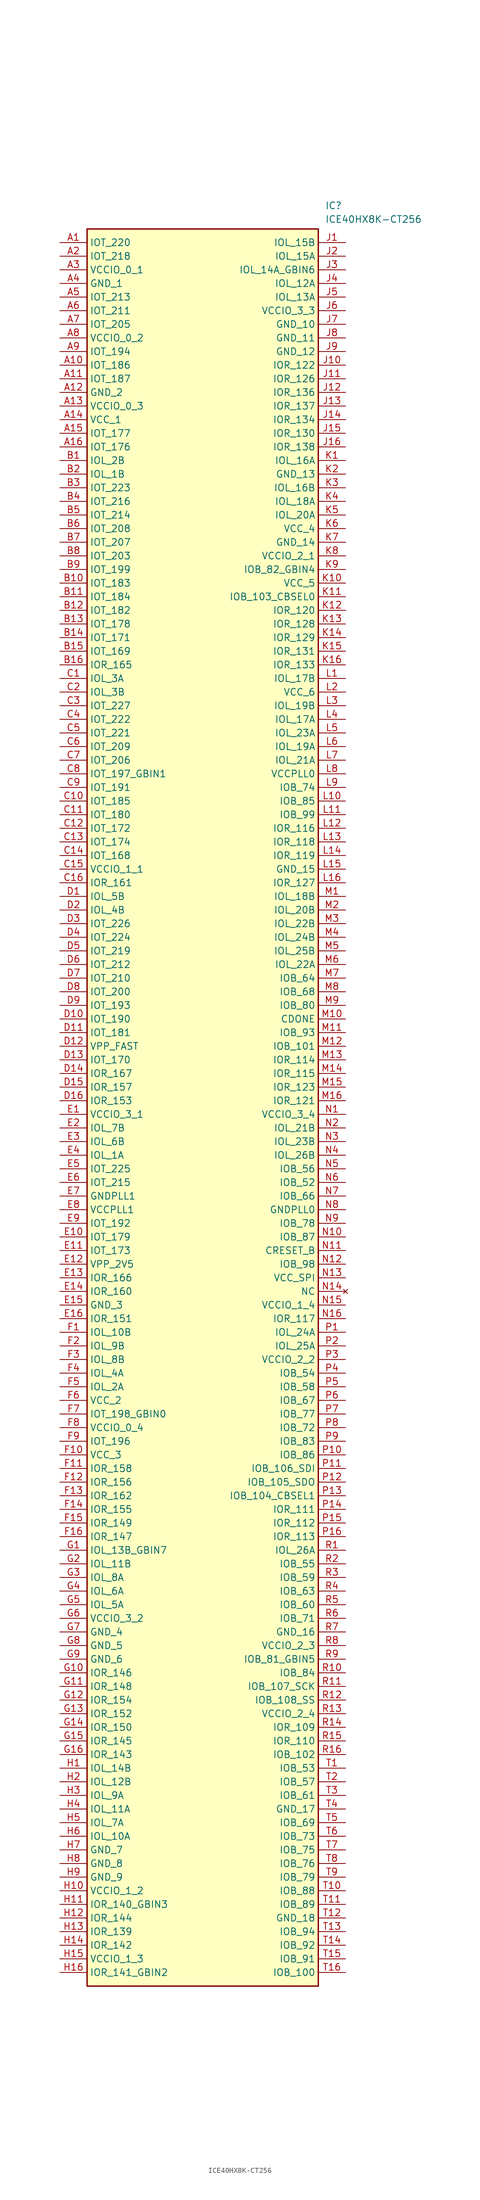
<source format=kicad_sym>
(kicad_symbol_lib
  (version 20211014)
  (generator SamacSys_ECAD_Model)
  (symbol "ICE40HX8K-CT256"
    (property "Reference" "IC"
      (at 49.53 7.62 0)
      (effects (font (size 1.27 1.27)) (justify left top)))
    (property "Value" "ICE40HX8K-CT256"
      (at 49.53 5.08 0)
      (effects (font (size 1.27 1.27)) (justify left top)))
    (rectangle
      (start 5.08 2.54)
      (end 48.26 -325.12)
      (stroke (width 0.254) (type default))
      (fill (type background)))
    (pin passive line
      (at 0 0 0)
      (length 5.08)
      (name "IOT_220" (effects (font (size 1.27 1.27))))
      (number "A1" (effects (font (size 1.27 1.27)))))
    (pin passive line
      (at 0 -2.54 0)
      (length 5.08)
      (name "IOT_218" (effects (font (size 1.27 1.27))))
      (number "A2" (effects (font (size 1.27 1.27)))))
    (pin passive line
      (at 0 -5.08 0)
      (length 5.08)
      (name "VCCIO_0_1" (effects (font (size 1.27 1.27))))
      (number "A3" (effects (font (size 1.27 1.27)))))
    (pin passive line
      (at 0 -7.62 0)
      (length 5.08)
      (name "GND_1" (effects (font (size 1.27 1.27))))
      (number "A4" (effects (font (size 1.27 1.27)))))
    (pin passive line
      (at 0 -10.16 0)
      (length 5.08)
      (name "IOT_213" (effects (font (size 1.27 1.27))))
      (number "A5" (effects (font (size 1.27 1.27)))))
    (pin passive line
      (at 0 -12.7 0)
      (length 5.08)
      (name "IOT_211" (effects (font (size 1.27 1.27))))
      (number "A6" (effects (font (size 1.27 1.27)))))
    (pin passive line
      (at 0 -15.24 0)
      (length 5.08)
      (name "IOT_205" (effects (font (size 1.27 1.27))))
      (number "A7" (effects (font (size 1.27 1.27)))))
    (pin passive line
      (at 0 -17.78 0)
      (length 5.08)
      (name "VCCIO_0_2" (effects (font (size 1.27 1.27))))
      (number "A8" (effects (font (size 1.27 1.27)))))
    (pin passive line
      (at 0 -20.32 0)
      (length 5.08)
      (name "IOT_194" (effects (font (size 1.27 1.27))))
      (number "A9" (effects (font (size 1.27 1.27)))))
    (pin passive line
      (at 0 -22.86 0)
      (length 5.08)
      (name "IOT_186" (effects (font (size 1.27 1.27))))
      (number "A10" (effects (font (size 1.27 1.27)))))
    (pin passive line
      (at 0 -25.4 0)
      (length 5.08)
      (name "IOT_187" (effects (font (size 1.27 1.27))))
      (number "A11" (effects (font (size 1.27 1.27)))))
    (pin passive line
      (at 0 -27.94 0)
      (length 5.08)
      (name "GND_2" (effects (font (size 1.27 1.27))))
      (number "A12" (effects (font (size 1.27 1.27)))))
    (pin passive line
      (at 0 -30.48 0)
      (length 5.08)
      (name "VCCIO_0_3" (effects (font (size 1.27 1.27))))
      (number "A13" (effects (font (size 1.27 1.27)))))
    (pin passive line
      (at 0 -33.02 0)
      (length 5.08)
      (name "VCC_1" (effects (font (size 1.27 1.27))))
      (number "A14" (effects (font (size 1.27 1.27)))))
    (pin passive line
      (at 0 -35.56 0)
      (length 5.08)
      (name "IOT_177" (effects (font (size 1.27 1.27))))
      (number "A15" (effects (font (size 1.27 1.27)))))
    (pin passive line
      (at 0 -38.1 0)
      (length 5.08)
      (name "IOT_176" (effects (font (size 1.27 1.27))))
      (number "A16" (effects (font (size 1.27 1.27)))))
    (pin passive line
      (at 0 -40.64 0)
      (length 5.08)
      (name "IOL_2B" (effects (font (size 1.27 1.27))))
      (number "B1" (effects (font (size 1.27 1.27)))))
    (pin passive line
      (at 0 -43.18 0)
      (length 5.08)
      (name "IOL_1B" (effects (font (size 1.27 1.27))))
      (number "B2" (effects (font (size 1.27 1.27)))))
    (pin passive line
      (at 0 -45.72 0)
      (length 5.08)
      (name "IOT_223" (effects (font (size 1.27 1.27))))
      (number "B3" (effects (font (size 1.27 1.27)))))
    (pin passive line
      (at 0 -48.26 0)
      (length 5.08)
      (name "IOT_216" (effects (font (size 1.27 1.27))))
      (number "B4" (effects (font (size 1.27 1.27)))))
    (pin passive line
      (at 0 -50.8 0)
      (length 5.08)
      (name "IOT_214" (effects (font (size 1.27 1.27))))
      (number "B5" (effects (font (size 1.27 1.27)))))
    (pin passive line
      (at 0 -53.34 0)
      (length 5.08)
      (name "IOT_208" (effects (font (size 1.27 1.27))))
      (number "B6" (effects (font (size 1.27 1.27)))))
    (pin passive line
      (at 0 -55.88 0)
      (length 5.08)
      (name "IOT_207" (effects (font (size 1.27 1.27))))
      (number "B7" (effects (font (size 1.27 1.27)))))
    (pin passive line
      (at 0 -58.42 0)
      (length 5.08)
      (name "IOT_203" (effects (font (size 1.27 1.27))))
      (number "B8" (effects (font (size 1.27 1.27)))))
    (pin passive line
      (at 0 -60.96 0)
      (length 5.08)
      (name "IOT_199" (effects (font (size 1.27 1.27))))
      (number "B9" (effects (font (size 1.27 1.27)))))
    (pin passive line
      (at 0 -63.5 0)
      (length 5.08)
      (name "IOT_183" (effects (font (size 1.27 1.27))))
      (number "B10" (effects (font (size 1.27 1.27)))))
    (pin passive line
      (at 0 -66.04 0)
      (length 5.08)
      (name "IOT_184" (effects (font (size 1.27 1.27))))
      (number "B11" (effects (font (size 1.27 1.27)))))
    (pin passive line
      (at 0 -68.58 0)
      (length 5.08)
      (name "IOT_182" (effects (font (size 1.27 1.27))))
      (number "B12" (effects (font (size 1.27 1.27)))))
    (pin passive line
      (at 0 -71.12 0)
      (length 5.08)
      (name "IOT_178" (effects (font (size 1.27 1.27))))
      (number "B13" (effects (font (size 1.27 1.27)))))
    (pin passive line
      (at 0 -73.66 0)
      (length 5.08)
      (name "IOT_171" (effects (font (size 1.27 1.27))))
      (number "B14" (effects (font (size 1.27 1.27)))))
    (pin passive line
      (at 0 -76.2 0)
      (length 5.08)
      (name "IOT_169" (effects (font (size 1.27 1.27))))
      (number "B15" (effects (font (size 1.27 1.27)))))
    (pin passive line
      (at 0 -78.74 0)
      (length 5.08)
      (name "IOR_165" (effects (font (size 1.27 1.27))))
      (number "B16" (effects (font (size 1.27 1.27)))))
    (pin passive line
      (at 0 -81.28 0)
      (length 5.08)
      (name "IOL_3A" (effects (font (size 1.27 1.27))))
      (number "C1" (effects (font (size 1.27 1.27)))))
    (pin passive line
      (at 0 -83.82 0)
      (length 5.08)
      (name "IOL_3B" (effects (font (size 1.27 1.27))))
      (number "C2" (effects (font (size 1.27 1.27)))))
    (pin passive line
      (at 0 -86.36 0)
      (length 5.08)
      (name "IOT_227" (effects (font (size 1.27 1.27))))
      (number "C3" (effects (font (size 1.27 1.27)))))
    (pin passive line
      (at 0 -88.9 0)
      (length 5.08)
      (name "IOT_222" (effects (font (size 1.27 1.27))))
      (number "C4" (effects (font (size 1.27 1.27)))))
    (pin passive line
      (at 0 -91.44 0)
      (length 5.08)
      (name "IOT_221" (effects (font (size 1.27 1.27))))
      (number "C5" (effects (font (size 1.27 1.27)))))
    (pin passive line
      (at 0 -93.98 0)
      (length 5.08)
      (name "IOT_209" (effects (font (size 1.27 1.27))))
      (number "C6" (effects (font (size 1.27 1.27)))))
    (pin passive line
      (at 0 -96.52 0)
      (length 5.08)
      (name "IOT_206" (effects (font (size 1.27 1.27))))
      (number "C7" (effects (font (size 1.27 1.27)))))
    (pin passive line
      (at 0 -99.06 0)
      (length 5.08)
      (name "IOT_197_GBIN1" (effects (font (size 1.27 1.27))))
      (number "C8" (effects (font (size 1.27 1.27)))))
    (pin passive line
      (at 0 -101.6 0)
      (length 5.08)
      (name "IOT_191" (effects (font (size 1.27 1.27))))
      (number "C9" (effects (font (size 1.27 1.27)))))
    (pin passive line
      (at 0 -104.14 0)
      (length 5.08)
      (name "IOT_185" (effects (font (size 1.27 1.27))))
      (number "C10" (effects (font (size 1.27 1.27)))))
    (pin passive line
      (at 0 -106.68 0)
      (length 5.08)
      (name "IOT_180" (effects (font (size 1.27 1.27))))
      (number "C11" (effects (font (size 1.27 1.27)))))
    (pin passive line
      (at 0 -109.22 0)
      (length 5.08)
      (name "IOT_172" (effects (font (size 1.27 1.27))))
      (number "C12" (effects (font (size 1.27 1.27)))))
    (pin passive line
      (at 0 -111.76 0)
      (length 5.08)
      (name "IOT_174" (effects (font (size 1.27 1.27))))
      (number "C13" (effects (font (size 1.27 1.27)))))
    (pin passive line
      (at 0 -114.3 0)
      (length 5.08)
      (name "IOT_168" (effects (font (size 1.27 1.27))))
      (number "C14" (effects (font (size 1.27 1.27)))))
    (pin passive line
      (at 0 -116.84 0)
      (length 5.08)
      (name "VCCIO_1_1" (effects (font (size 1.27 1.27))))
      (number "C15" (effects (font (size 1.27 1.27)))))
    (pin passive line
      (at 0 -119.38 0)
      (length 5.08)
      (name "IOR_161" (effects (font (size 1.27 1.27))))
      (number "C16" (effects (font (size 1.27 1.27)))))
    (pin passive line
      (at 0 -121.92 0)
      (length 5.08)
      (name "IOL_5B" (effects (font (size 1.27 1.27))))
      (number "D1" (effects (font (size 1.27 1.27)))))
    (pin passive line
      (at 0 -124.46 0)
      (length 5.08)
      (name "IOL_4B" (effects (font (size 1.27 1.27))))
      (number "D2" (effects (font (size 1.27 1.27)))))
    (pin passive line
      (at 0 -127 0)
      (length 5.08)
      (name "IOT_226" (effects (font (size 1.27 1.27))))
      (number "D3" (effects (font (size 1.27 1.27)))))
    (pin passive line
      (at 0 -129.54 0)
      (length 5.08)
      (name "IOT_224" (effects (font (size 1.27 1.27))))
      (number "D4" (effects (font (size 1.27 1.27)))))
    (pin passive line
      (at 0 -132.08 0)
      (length 5.08)
      (name "IOT_219" (effects (font (size 1.27 1.27))))
      (number "D5" (effects (font (size 1.27 1.27)))))
    (pin passive line
      (at 0 -134.62 0)
      (length 5.08)
      (name "IOT_212" (effects (font (size 1.27 1.27))))
      (number "D6" (effects (font (size 1.27 1.27)))))
    (pin passive line
      (at 0 -137.16 0)
      (length 5.08)
      (name "IOT_210" (effects (font (size 1.27 1.27))))
      (number "D7" (effects (font (size 1.27 1.27)))))
    (pin passive line
      (at 0 -139.7 0)
      (length 5.08)
      (name "IOT_200" (effects (font (size 1.27 1.27))))
      (number "D8" (effects (font (size 1.27 1.27)))))
    (pin passive line
      (at 0 -142.24 0)
      (length 5.08)
      (name "IOT_193" (effects (font (size 1.27 1.27))))
      (number "D9" (effects (font (size 1.27 1.27)))))
    (pin passive line
      (at 0 -144.78 0)
      (length 5.08)
      (name "IOT_190" (effects (font (size 1.27 1.27))))
      (number "D10" (effects (font (size 1.27 1.27)))))
    (pin passive line
      (at 0 -147.32 0)
      (length 5.08)
      (name "IOT_181" (effects (font (size 1.27 1.27))))
      (number "D11" (effects (font (size 1.27 1.27)))))
    (pin passive line
      (at 0 -149.86 0)
      (length 5.08)
      (name "VPP_FAST" (effects (font (size 1.27 1.27))))
      (number "D12" (effects (font (size 1.27 1.27)))))
    (pin passive line
      (at 0 -152.4 0)
      (length 5.08)
      (name "IOT_170" (effects (font (size 1.27 1.27))))
      (number "D13" (effects (font (size 1.27 1.27)))))
    (pin passive line
      (at 0 -154.94 0)
      (length 5.08)
      (name "IOR_167" (effects (font (size 1.27 1.27))))
      (number "D14" (effects (font (size 1.27 1.27)))))
    (pin passive line
      (at 0 -157.48 0)
      (length 5.08)
      (name "IOR_157" (effects (font (size 1.27 1.27))))
      (number "D15" (effects (font (size 1.27 1.27)))))
    (pin passive line
      (at 0 -160.02 0)
      (length 5.08)
      (name "IOR_153" (effects (font (size 1.27 1.27))))
      (number "D16" (effects (font (size 1.27 1.27)))))
    (pin passive line
      (at 0 -162.56 0)
      (length 5.08)
      (name "VCCIO_3_1" (effects (font (size 1.27 1.27))))
      (number "E1" (effects (font (size 1.27 1.27)))))
    (pin passive line
      (at 0 -165.1 0)
      (length 5.08)
      (name "IOL_7B" (effects (font (size 1.27 1.27))))
      (number "E2" (effects (font (size 1.27 1.27)))))
    (pin passive line
      (at 0 -167.64 0)
      (length 5.08)
      (name "IOL_6B" (effects (font (size 1.27 1.27))))
      (number "E3" (effects (font (size 1.27 1.27)))))
    (pin passive line
      (at 0 -170.18 0)
      (length 5.08)
      (name "IOL_1A" (effects (font (size 1.27 1.27))))
      (number "E4" (effects (font (size 1.27 1.27)))))
    (pin passive line
      (at 0 -172.72 0)
      (length 5.08)
      (name "IOT_225" (effects (font (size 1.27 1.27))))
      (number "E5" (effects (font (size 1.27 1.27)))))
    (pin passive line
      (at 0 -175.26 0)
      (length 5.08)
      (name "IOT_215" (effects (font (size 1.27 1.27))))
      (number "E6" (effects (font (size 1.27 1.27)))))
    (pin passive line
      (at 0 -177.8 0)
      (length 5.08)
      (name "GNDPLL1" (effects (font (size 1.27 1.27))))
      (number "E7" (effects (font (size 1.27 1.27)))))
    (pin passive line
      (at 0 -180.34 0)
      (length 5.08)
      (name "VCCPLL1" (effects (font (size 1.27 1.27))))
      (number "E8" (effects (font (size 1.27 1.27)))))
    (pin passive line
      (at 0 -182.88 0)
      (length 5.08)
      (name "IOT_192" (effects (font (size 1.27 1.27))))
      (number "E9" (effects (font (size 1.27 1.27)))))
    (pin passive line
      (at 0 -185.42 0)
      (length 5.08)
      (name "IOT_179" (effects (font (size 1.27 1.27))))
      (number "E10" (effects (font (size 1.27 1.27)))))
    (pin passive line
      (at 0 -187.96 0)
      (length 5.08)
      (name "IOT_173" (effects (font (size 1.27 1.27))))
      (number "E11" (effects (font (size 1.27 1.27)))))
    (pin passive line
      (at 0 -190.5 0)
      (length 5.08)
      (name "VPP_2V5" (effects (font (size 1.27 1.27))))
      (number "E12" (effects (font (size 1.27 1.27)))))
    (pin passive line
      (at 0 -193.04 0)
      (length 5.08)
      (name "IOR_166" (effects (font (size 1.27 1.27))))
      (number "E13" (effects (font (size 1.27 1.27)))))
    (pin passive line
      (at 0 -195.58 0)
      (length 5.08)
      (name "IOR_160" (effects (font (size 1.27 1.27))))
      (number "E14" (effects (font (size 1.27 1.27)))))
    (pin passive line
      (at 0 -198.12 0)
      (length 5.08)
      (name "GND_3" (effects (font (size 1.27 1.27))))
      (number "E15" (effects (font (size 1.27 1.27)))))
    (pin passive line
      (at 0 -200.66 0)
      (length 5.08)
      (name "IOR_151" (effects (font (size 1.27 1.27))))
      (number "E16" (effects (font (size 1.27 1.27)))))
    (pin passive line
      (at 0 -203.2 0)
      (length 5.08)
      (name "IOL_10B" (effects (font (size 1.27 1.27))))
      (number "F1" (effects (font (size 1.27 1.27)))))
    (pin passive line
      (at 0 -205.74 0)
      (length 5.08)
      (name "IOL_9B" (effects (font (size 1.27 1.27))))
      (number "F2" (effects (font (size 1.27 1.27)))))
    (pin passive line
      (at 0 -208.28 0)
      (length 5.08)
      (name "IOL_8B" (effects (font (size 1.27 1.27))))
      (number "F3" (effects (font (size 1.27 1.27)))))
    (pin passive line
      (at 0 -210.82 0)
      (length 5.08)
      (name "IOL_4A" (effects (font (size 1.27 1.27))))
      (number "F4" (effects (font (size 1.27 1.27)))))
    (pin passive line
      (at 0 -213.36 0)
      (length 5.08)
      (name "IOL_2A" (effects (font (size 1.27 1.27))))
      (number "F5" (effects (font (size 1.27 1.27)))))
    (pin passive line
      (at 0 -215.9 0)
      (length 5.08)
      (name "VCC_2" (effects (font (size 1.27 1.27))))
      (number "F6" (effects (font (size 1.27 1.27)))))
    (pin passive line
      (at 0 -218.44 0)
      (length 5.08)
      (name "IOT_198_GBIN0" (effects (font (size 1.27 1.27))))
      (number "F7" (effects (font (size 1.27 1.27)))))
    (pin passive line
      (at 0 -220.98 0)
      (length 5.08)
      (name "VCCIO_0_4" (effects (font (size 1.27 1.27))))
      (number "F8" (effects (font (size 1.27 1.27)))))
    (pin passive line
      (at 0 -223.52 0)
      (length 5.08)
      (name "IOT_196" (effects (font (size 1.27 1.27))))
      (number "F9" (effects (font (size 1.27 1.27)))))
    (pin passive line
      (at 0 -226.06 0)
      (length 5.08)
      (name "VCC_3" (effects (font (size 1.27 1.27))))
      (number "F10" (effects (font (size 1.27 1.27)))))
    (pin passive line
      (at 0 -228.6 0)
      (length 5.08)
      (name "IOR_158" (effects (font (size 1.27 1.27))))
      (number "F11" (effects (font (size 1.27 1.27)))))
    (pin passive line
      (at 0 -231.14 0)
      (length 5.08)
      (name "IOR_156" (effects (font (size 1.27 1.27))))
      (number "F12" (effects (font (size 1.27 1.27)))))
    (pin passive line
      (at 0 -233.68 0)
      (length 5.08)
      (name "IOR_162" (effects (font (size 1.27 1.27))))
      (number "F13" (effects (font (size 1.27 1.27)))))
    (pin passive line
      (at 0 -236.22 0)
      (length 5.08)
      (name "IOR_155" (effects (font (size 1.27 1.27))))
      (number "F14" (effects (font (size 1.27 1.27)))))
    (pin passive line
      (at 0 -238.76 0)
      (length 5.08)
      (name "IOR_149" (effects (font (size 1.27 1.27))))
      (number "F15" (effects (font (size 1.27 1.27)))))
    (pin passive line
      (at 0 -241.3 0)
      (length 5.08)
      (name "IOR_147" (effects (font (size 1.27 1.27))))
      (number "F16" (effects (font (size 1.27 1.27)))))
    (pin passive line
      (at 0 -243.84 0)
      (length 5.08)
      (name "IOL_13B_GBIN7" (effects (font (size 1.27 1.27))))
      (number "G1" (effects (font (size 1.27 1.27)))))
    (pin passive line
      (at 0 -246.38 0)
      (length 5.08)
      (name "IOL_11B" (effects (font (size 1.27 1.27))))
      (number "G2" (effects (font (size 1.27 1.27)))))
    (pin passive line
      (at 0 -248.92 0)
      (length 5.08)
      (name "IOL_8A" (effects (font (size 1.27 1.27))))
      (number "G3" (effects (font (size 1.27 1.27)))))
    (pin passive line
      (at 0 -251.46 0)
      (length 5.08)
      (name "IOL_6A" (effects (font (size 1.27 1.27))))
      (number "G4" (effects (font (size 1.27 1.27)))))
    (pin passive line
      (at 0 -254 0)
      (length 5.08)
      (name "IOL_5A" (effects (font (size 1.27 1.27))))
      (number "G5" (effects (font (size 1.27 1.27)))))
    (pin passive line
      (at 0 -256.54 0)
      (length 5.08)
      (name "VCCIO_3_2" (effects (font (size 1.27 1.27))))
      (number "G6" (effects (font (size 1.27 1.27)))))
    (pin passive line
      (at 0 -259.08 0)
      (length 5.08)
      (name "GND_4" (effects (font (size 1.27 1.27))))
      (number "G7" (effects (font (size 1.27 1.27)))))
    (pin passive line
      (at 0 -261.62 0)
      (length 5.08)
      (name "GND_5" (effects (font (size 1.27 1.27))))
      (number "G8" (effects (font (size 1.27 1.27)))))
    (pin passive line
      (at 0 -264.16 0)
      (length 5.08)
      (name "GND_6" (effects (font (size 1.27 1.27))))
      (number "G9" (effects (font (size 1.27 1.27)))))
    (pin passive line
      (at 0 -266.7 0)
      (length 5.08)
      (name "IOR_146" (effects (font (size 1.27 1.27))))
      (number "G10" (effects (font (size 1.27 1.27)))))
    (pin passive line
      (at 0 -269.24 0)
      (length 5.08)
      (name "IOR_148" (effects (font (size 1.27 1.27))))
      (number "G11" (effects (font (size 1.27 1.27)))))
    (pin passive line
      (at 0 -271.78 0)
      (length 5.08)
      (name "IOR_154" (effects (font (size 1.27 1.27))))
      (number "G12" (effects (font (size 1.27 1.27)))))
    (pin passive line
      (at 0 -274.32 0)
      (length 5.08)
      (name "IOR_152" (effects (font (size 1.27 1.27))))
      (number "G13" (effects (font (size 1.27 1.27)))))
    (pin passive line
      (at 0 -276.86 0)
      (length 5.08)
      (name "IOR_150" (effects (font (size 1.27 1.27))))
      (number "G14" (effects (font (size 1.27 1.27)))))
    (pin passive line
      (at 0 -279.4 0)
      (length 5.08)
      (name "IOR_145" (effects (font (size 1.27 1.27))))
      (number "G15" (effects (font (size 1.27 1.27)))))
    (pin passive line
      (at 0 -281.94 0)
      (length 5.08)
      (name "IOR_143" (effects (font (size 1.27 1.27))))
      (number "G16" (effects (font (size 1.27 1.27)))))
    (pin passive line
      (at 0 -284.48 0)
      (length 5.08)
      (name "IOL_14B" (effects (font (size 1.27 1.27))))
      (number "H1" (effects (font (size 1.27 1.27)))))
    (pin passive line
      (at 0 -287.02 0)
      (length 5.08)
      (name "IOL_12B" (effects (font (size 1.27 1.27))))
      (number "H2" (effects (font (size 1.27 1.27)))))
    (pin passive line
      (at 0 -289.56 0)
      (length 5.08)
      (name "IOL_9A" (effects (font (size 1.27 1.27))))
      (number "H3" (effects (font (size 1.27 1.27)))))
    (pin passive line
      (at 0 -292.1 0)
      (length 5.08)
      (name "IOL_11A" (effects (font (size 1.27 1.27))))
      (number "H4" (effects (font (size 1.27 1.27)))))
    (pin passive line
      (at 0 -294.64 0)
      (length 5.08)
      (name "IOL_7A" (effects (font (size 1.27 1.27))))
      (number "H5" (effects (font (size 1.27 1.27)))))
    (pin passive line
      (at 0 -297.18 0)
      (length 5.08)
      (name "IOL_10A" (effects (font (size 1.27 1.27))))
      (number "H6" (effects (font (size 1.27 1.27)))))
    (pin passive line
      (at 0 -299.72 0)
      (length 5.08)
      (name "GND_7" (effects (font (size 1.27 1.27))))
      (number "H7" (effects (font (size 1.27 1.27)))))
    (pin passive line
      (at 0 -302.26 0)
      (length 5.08)
      (name "GND_8" (effects (font (size 1.27 1.27))))
      (number "H8" (effects (font (size 1.27 1.27)))))
    (pin passive line
      (at 0 -304.8 0)
      (length 5.08)
      (name "GND_9" (effects (font (size 1.27 1.27))))
      (number "H9" (effects (font (size 1.27 1.27)))))
    (pin passive line
      (at 0 -307.34 0)
      (length 5.08)
      (name "VCCIO_1_2" (effects (font (size 1.27 1.27))))
      (number "H10" (effects (font (size 1.27 1.27)))))
    (pin passive line
      (at 0 -309.88 0)
      (length 5.08)
      (name "IOR_140_GBIN3" (effects (font (size 1.27 1.27))))
      (number "H11" (effects (font (size 1.27 1.27)))))
    (pin passive line
      (at 0 -312.42 0)
      (length 5.08)
      (name "IOR_144" (effects (font (size 1.27 1.27))))
      (number "H12" (effects (font (size 1.27 1.27)))))
    (pin passive line
      (at 0 -314.96 0)
      (length 5.08)
      (name "IOR_139" (effects (font (size 1.27 1.27))))
      (number "H13" (effects (font (size 1.27 1.27)))))
    (pin passive line
      (at 0 -317.5 0)
      (length 5.08)
      (name "IOR_142" (effects (font (size 1.27 1.27))))
      (number "H14" (effects (font (size 1.27 1.27)))))
    (pin passive line
      (at 0 -320.04 0)
      (length 5.08)
      (name "VCCIO_1_3" (effects (font (size 1.27 1.27))))
      (number "H15" (effects (font (size 1.27 1.27)))))
    (pin passive line
      (at 0 -322.58 0)
      (length 5.08)
      (name "IOR_141_GBIN2" (effects (font (size 1.27 1.27))))
      (number "H16" (effects (font (size 1.27 1.27)))))
    (pin passive line
      (at 53.34 0 180)
      (length 5.08)
      (name "IOL_15B" (effects (font (size 1.27 1.27))))
      (number "J1" (effects (font (size 1.27 1.27)))))
    (pin passive line
      (at 53.34 -2.54 180)
      (length 5.08)
      (name "IOL_15A" (effects (font (size 1.27 1.27))))
      (number "J2" (effects (font (size 1.27 1.27)))))
    (pin passive line
      (at 53.34 -5.08 180)
      (length 5.08)
      (name "IOL_14A_GBIN6" (effects (font (size 1.27 1.27))))
      (number "J3" (effects (font (size 1.27 1.27)))))
    (pin passive line
      (at 53.34 -7.62 180)
      (length 5.08)
      (name "IOL_12A" (effects (font (size 1.27 1.27))))
      (number "J4" (effects (font (size 1.27 1.27)))))
    (pin passive line
      (at 53.34 -10.16 180)
      (length 5.08)
      (name "IOL_13A" (effects (font (size 1.27 1.27))))
      (number "J5" (effects (font (size 1.27 1.27)))))
    (pin passive line
      (at 53.34 -12.7 180)
      (length 5.08)
      (name "VCCIO_3_3" (effects (font (size 1.27 1.27))))
      (number "J6" (effects (font (size 1.27 1.27)))))
    (pin passive line
      (at 53.34 -15.24 180)
      (length 5.08)
      (name "GND_10" (effects (font (size 1.27 1.27))))
      (number "J7" (effects (font (size 1.27 1.27)))))
    (pin passive line
      (at 53.34 -17.78 180)
      (length 5.08)
      (name "GND_11" (effects (font (size 1.27 1.27))))
      (number "J8" (effects (font (size 1.27 1.27)))))
    (pin passive line
      (at 53.34 -20.32 180)
      (length 5.08)
      (name "GND_12" (effects (font (size 1.27 1.27))))
      (number "J9" (effects (font (size 1.27 1.27)))))
    (pin passive line
      (at 53.34 -22.86 180)
      (length 5.08)
      (name "IOR_122" (effects (font (size 1.27 1.27))))
      (number "J10" (effects (font (size 1.27 1.27)))))
    (pin passive line
      (at 53.34 -25.4 180)
      (length 5.08)
      (name "IOR_126" (effects (font (size 1.27 1.27))))
      (number "J11" (effects (font (size 1.27 1.27)))))
    (pin passive line
      (at 53.34 -27.94 180)
      (length 5.08)
      (name "IOR_136" (effects (font (size 1.27 1.27))))
      (number "J12" (effects (font (size 1.27 1.27)))))
    (pin passive line
      (at 53.34 -30.48 180)
      (length 5.08)
      (name "IOR_137" (effects (font (size 1.27 1.27))))
      (number "J13" (effects (font (size 1.27 1.27)))))
    (pin passive line
      (at 53.34 -33.02 180)
      (length 5.08)
      (name "IOR_134" (effects (font (size 1.27 1.27))))
      (number "J14" (effects (font (size 1.27 1.27)))))
    (pin passive line
      (at 53.34 -35.56 180)
      (length 5.08)
      (name "IOR_130" (effects (font (size 1.27 1.27))))
      (number "J15" (effects (font (size 1.27 1.27)))))
    (pin passive line
      (at 53.34 -38.1 180)
      (length 5.08)
      (name "IOR_138" (effects (font (size 1.27 1.27))))
      (number "J16" (effects (font (size 1.27 1.27)))))
    (pin passive line
      (at 53.34 -40.64 180)
      (length 5.08)
      (name "IOL_16A" (effects (font (size 1.27 1.27))))
      (number "K1" (effects (font (size 1.27 1.27)))))
    (pin passive line
      (at 53.34 -43.18 180)
      (length 5.08)
      (name "GND_13" (effects (font (size 1.27 1.27))))
      (number "K2" (effects (font (size 1.27 1.27)))))
    (pin passive line
      (at 53.34 -45.72 180)
      (length 5.08)
      (name "IOL_16B" (effects (font (size 1.27 1.27))))
      (number "K3" (effects (font (size 1.27 1.27)))))
    (pin passive line
      (at 53.34 -48.26 180)
      (length 5.08)
      (name "IOL_18A" (effects (font (size 1.27 1.27))))
      (number "K4" (effects (font (size 1.27 1.27)))))
    (pin passive line
      (at 53.34 -50.8 180)
      (length 5.08)
      (name "IOL_20A" (effects (font (size 1.27 1.27))))
      (number "K5" (effects (font (size 1.27 1.27)))))
    (pin passive line
      (at 53.34 -53.34 180)
      (length 5.08)
      (name "VCC_4" (effects (font (size 1.27 1.27))))
      (number "K6" (effects (font (size 1.27 1.27)))))
    (pin passive line
      (at 53.34 -55.88 180)
      (length 5.08)
      (name "GND_14" (effects (font (size 1.27 1.27))))
      (number "K7" (effects (font (size 1.27 1.27)))))
    (pin passive line
      (at 53.34 -58.42 180)
      (length 5.08)
      (name "VCCIO_2_1" (effects (font (size 1.27 1.27))))
      (number "K8" (effects (font (size 1.27 1.27)))))
    (pin passive line
      (at 53.34 -60.96 180)
      (length 5.08)
      (name "IOB_82_GBIN4" (effects (font (size 1.27 1.27))))
      (number "K9" (effects (font (size 1.27 1.27)))))
    (pin passive line
      (at 53.34 -63.5 180)
      (length 5.08)
      (name "VCC_5" (effects (font (size 1.27 1.27))))
      (number "K10" (effects (font (size 1.27 1.27)))))
    (pin passive line
      (at 53.34 -66.04 180)
      (length 5.08)
      (name "IOB_103_CBSEL0" (effects (font (size 1.27 1.27))))
      (number "K11" (effects (font (size 1.27 1.27)))))
    (pin passive line
      (at 53.34 -68.58 180)
      (length 5.08)
      (name "IOR_120" (effects (font (size 1.27 1.27))))
      (number "K12" (effects (font (size 1.27 1.27)))))
    (pin passive line
      (at 53.34 -71.12 180)
      (length 5.08)
      (name "IOR_128" (effects (font (size 1.27 1.27))))
      (number "K13" (effects (font (size 1.27 1.27)))))
    (pin passive line
      (at 53.34 -73.66 180)
      (length 5.08)
      (name "IOR_129" (effects (font (size 1.27 1.27))))
      (number "K14" (effects (font (size 1.27 1.27)))))
    (pin passive line
      (at 53.34 -76.2 180)
      (length 5.08)
      (name "IOR_131" (effects (font (size 1.27 1.27))))
      (number "K15" (effects (font (size 1.27 1.27)))))
    (pin passive line
      (at 53.34 -78.74 180)
      (length 5.08)
      (name "IOR_133" (effects (font (size 1.27 1.27))))
      (number "K16" (effects (font (size 1.27 1.27)))))
    (pin passive line
      (at 53.34 -81.28 180)
      (length 5.08)
      (name "IOL_17B" (effects (font (size 1.27 1.27))))
      (number "L1" (effects (font (size 1.27 1.27)))))
    (pin passive line
      (at 53.34 -83.82 180)
      (length 5.08)
      (name "VCC_6" (effects (font (size 1.27 1.27))))
      (number "L2" (effects (font (size 1.27 1.27)))))
    (pin passive line
      (at 53.34 -86.36 180)
      (length 5.08)
      (name "IOL_19B" (effects (font (size 1.27 1.27))))
      (number "L3" (effects (font (size 1.27 1.27)))))
    (pin passive line
      (at 53.34 -88.9 180)
      (length 5.08)
      (name "IOL_17A" (effects (font (size 1.27 1.27))))
      (number "L4" (effects (font (size 1.27 1.27)))))
    (pin passive line
      (at 53.34 -91.44 180)
      (length 5.08)
      (name "IOL_23A" (effects (font (size 1.27 1.27))))
      (number "L5" (effects (font (size 1.27 1.27)))))
    (pin passive line
      (at 53.34 -93.98 180)
      (length 5.08)
      (name "IOL_19A" (effects (font (size 1.27 1.27))))
      (number "L6" (effects (font (size 1.27 1.27)))))
    (pin passive line
      (at 53.34 -96.52 180)
      (length 5.08)
      (name "IOL_21A" (effects (font (size 1.27 1.27))))
      (number "L7" (effects (font (size 1.27 1.27)))))
    (pin passive line
      (at 53.34 -99.06 180)
      (length 5.08)
      (name "VCCPLL0" (effects (font (size 1.27 1.27))))
      (number "L8" (effects (font (size 1.27 1.27)))))
    (pin passive line
      (at 53.34 -101.6 180)
      (length 5.08)
      (name "IOB_74" (effects (font (size 1.27 1.27))))
      (number "L9" (effects (font (size 1.27 1.27)))))
    (pin passive line
      (at 53.34 -104.14 180)
      (length 5.08)
      (name "IOB_85" (effects (font (size 1.27 1.27))))
      (number "L10" (effects (font (size 1.27 1.27)))))
    (pin passive line
      (at 53.34 -106.68 180)
      (length 5.08)
      (name "IOB_99" (effects (font (size 1.27 1.27))))
      (number "L11" (effects (font (size 1.27 1.27)))))
    (pin passive line
      (at 53.34 -109.22 180)
      (length 5.08)
      (name "IOR_116" (effects (font (size 1.27 1.27))))
      (number "L12" (effects (font (size 1.27 1.27)))))
    (pin passive line
      (at 53.34 -111.76 180)
      (length 5.08)
      (name "IOR_118" (effects (font (size 1.27 1.27))))
      (number "L13" (effects (font (size 1.27 1.27)))))
    (pin passive line
      (at 53.34 -114.3 180)
      (length 5.08)
      (name "IOR_119" (effects (font (size 1.27 1.27))))
      (number "L14" (effects (font (size 1.27 1.27)))))
    (pin passive line
      (at 53.34 -116.84 180)
      (length 5.08)
      (name "GND_15" (effects (font (size 1.27 1.27))))
      (number "L15" (effects (font (size 1.27 1.27)))))
    (pin passive line
      (at 53.34 -119.38 180)
      (length 5.08)
      (name "IOR_127" (effects (font (size 1.27 1.27))))
      (number "L16" (effects (font (size 1.27 1.27)))))
    (pin passive line
      (at 53.34 -121.92 180)
      (length 5.08)
      (name "IOL_18B" (effects (font (size 1.27 1.27))))
      (number "M1" (effects (font (size 1.27 1.27)))))
    (pin passive line
      (at 53.34 -124.46 180)
      (length 5.08)
      (name "IOL_20B" (effects (font (size 1.27 1.27))))
      (number "M2" (effects (font (size 1.27 1.27)))))
    (pin passive line
      (at 53.34 -127 180)
      (length 5.08)
      (name "IOL_22B" (effects (font (size 1.27 1.27))))
      (number "M3" (effects (font (size 1.27 1.27)))))
    (pin passive line
      (at 53.34 -129.54 180)
      (length 5.08)
      (name "IOL_24B" (effects (font (size 1.27 1.27))))
      (number "M4" (effects (font (size 1.27 1.27)))))
    (pin passive line
      (at 53.34 -132.08 180)
      (length 5.08)
      (name "IOL_25B" (effects (font (size 1.27 1.27))))
      (number "M5" (effects (font (size 1.27 1.27)))))
    (pin passive line
      (at 53.34 -134.62 180)
      (length 5.08)
      (name "IOL_22A" (effects (font (size 1.27 1.27))))
      (number "M6" (effects (font (size 1.27 1.27)))))
    (pin passive line
      (at 53.34 -137.16 180)
      (length 5.08)
      (name "IOB_64" (effects (font (size 1.27 1.27))))
      (number "M7" (effects (font (size 1.27 1.27)))))
    (pin passive line
      (at 53.34 -139.7 180)
      (length 5.08)
      (name "IOB_68" (effects (font (size 1.27 1.27))))
      (number "M8" (effects (font (size 1.27 1.27)))))
    (pin passive line
      (at 53.34 -142.24 180)
      (length 5.08)
      (name "IOB_80" (effects (font (size 1.27 1.27))))
      (number "M9" (effects (font (size 1.27 1.27)))))
    (pin passive line
      (at 53.34 -144.78 180)
      (length 5.08)
      (name "CDONE" (effects (font (size 1.27 1.27))))
      (number "M10" (effects (font (size 1.27 1.27)))))
    (pin passive line
      (at 53.34 -147.32 180)
      (length 5.08)
      (name "IOB_93" (effects (font (size 1.27 1.27))))
      (number "M11" (effects (font (size 1.27 1.27)))))
    (pin passive line
      (at 53.34 -149.86 180)
      (length 5.08)
      (name "IOB_101" (effects (font (size 1.27 1.27))))
      (number "M12" (effects (font (size 1.27 1.27)))))
    (pin passive line
      (at 53.34 -152.4 180)
      (length 5.08)
      (name "IOR_114" (effects (font (size 1.27 1.27))))
      (number "M13" (effects (font (size 1.27 1.27)))))
    (pin passive line
      (at 53.34 -154.94 180)
      (length 5.08)
      (name "IOR_115" (effects (font (size 1.27 1.27))))
      (number "M14" (effects (font (size 1.27 1.27)))))
    (pin passive line
      (at 53.34 -157.48 180)
      (length 5.08)
      (name "IOR_123" (effects (font (size 1.27 1.27))))
      (number "M15" (effects (font (size 1.27 1.27)))))
    (pin passive line
      (at 53.34 -160.02 180)
      (length 5.08)
      (name "IOR_121" (effects (font (size 1.27 1.27))))
      (number "M16" (effects (font (size 1.27 1.27)))))
    (pin passive line
      (at 53.34 -162.56 180)
      (length 5.08)
      (name "VCCIO_3_4" (effects (font (size 1.27 1.27))))
      (number "N1" (effects (font (size 1.27 1.27)))))
    (pin passive line
      (at 53.34 -165.1 180)
      (length 5.08)
      (name "IOL_21B" (effects (font (size 1.27 1.27))))
      (number "N2" (effects (font (size 1.27 1.27)))))
    (pin passive line
      (at 53.34 -167.64 180)
      (length 5.08)
      (name "IOL_23B" (effects (font (size 1.27 1.27))))
      (number "N3" (effects (font (size 1.27 1.27)))))
    (pin passive line
      (at 53.34 -170.18 180)
      (length 5.08)
      (name "IOL_26B" (effects (font (size 1.27 1.27))))
      (number "N4" (effects (font (size 1.27 1.27)))))
    (pin passive line
      (at 53.34 -172.72 180)
      (length 5.08)
      (name "IOB_56" (effects (font (size 1.27 1.27))))
      (number "N5" (effects (font (size 1.27 1.27)))))
    (pin passive line
      (at 53.34 -175.26 180)
      (length 5.08)
      (name "IOB_52" (effects (font (size 1.27 1.27))))
      (number "N6" (effects (font (size 1.27 1.27)))))
    (pin passive line
      (at 53.34 -177.8 180)
      (length 5.08)
      (name "IOB_66" (effects (font (size 1.27 1.27))))
      (number "N7" (effects (font (size 1.27 1.27)))))
    (pin passive line
      (at 53.34 -180.34 180)
      (length 5.08)
      (name "GNDPLL0" (effects (font (size 1.27 1.27))))
      (number "N8" (effects (font (size 1.27 1.27)))))
    (pin passive line
      (at 53.34 -182.88 180)
      (length 5.08)
      (name "IOB_78" (effects (font (size 1.27 1.27))))
      (number "N9" (effects (font (size 1.27 1.27)))))
    (pin passive line
      (at 53.34 -185.42 180)
      (length 5.08)
      (name "IOB_87" (effects (font (size 1.27 1.27))))
      (number "N10" (effects (font (size 1.27 1.27)))))
    (pin passive line
      (at 53.34 -187.96 180)
      (length 5.08)
      (name "CRESET_B" (effects (font (size 1.27 1.27))))
      (number "N11" (effects (font (size 1.27 1.27)))))
    (pin passive line
      (at 53.34 -190.5 180)
      (length 5.08)
      (name "IOB_98" (effects (font (size 1.27 1.27))))
      (number "N12" (effects (font (size 1.27 1.27)))))
    (pin passive line
      (at 53.34 -193.04 180)
      (length 5.08)
      (name "VCC_SPI" (effects (font (size 1.27 1.27))))
      (number "N13" (effects (font (size 1.27 1.27)))))
    (pin no_connect line
      (at 53.34 -195.58 180)
      (length 5.08)
      (name "NC" (effects (font (size 1.27 1.27))))
      (number "N14" (effects (font (size 1.27 1.27)))))
    (pin passive line
      (at 53.34 -198.12 180)
      (length 5.08)
      (name "VCCIO_1_4" (effects (font (size 1.27 1.27))))
      (number "N15" (effects (font (size 1.27 1.27)))))
    (pin passive line
      (at 53.34 -200.66 180)
      (length 5.08)
      (name "IOR_117" (effects (font (size 1.27 1.27))))
      (number "N16" (effects (font (size 1.27 1.27)))))
    (pin passive line
      (at 53.34 -203.2 180)
      (length 5.08)
      (name "IOL_24A" (effects (font (size 1.27 1.27))))
      (number "P1" (effects (font (size 1.27 1.27)))))
    (pin passive line
      (at 53.34 -205.74 180)
      (length 5.08)
      (name "IOL_25A" (effects (font (size 1.27 1.27))))
      (number "P2" (effects (font (size 1.27 1.27)))))
    (pin passive line
      (at 53.34 -208.28 180)
      (length 5.08)
      (name "VCCIO_2_2" (effects (font (size 1.27 1.27))))
      (number "P3" (effects (font (size 1.27 1.27)))))
    (pin passive line
      (at 53.34 -210.82 180)
      (length 5.08)
      (name "IOB_54" (effects (font (size 1.27 1.27))))
      (number "P4" (effects (font (size 1.27 1.27)))))
    (pin passive line
      (at 53.34 -213.36 180)
      (length 5.08)
      (name "IOB_58" (effects (font (size 1.27 1.27))))
      (number "P5" (effects (font (size 1.27 1.27)))))
    (pin passive line
      (at 53.34 -215.9 180)
      (length 5.08)
      (name "IOB_67" (effects (font (size 1.27 1.27))))
      (number "P6" (effects (font (size 1.27 1.27)))))
    (pin passive line
      (at 53.34 -218.44 180)
      (length 5.08)
      (name "IOB_77" (effects (font (size 1.27 1.27))))
      (number "P7" (effects (font (size 1.27 1.27)))))
    (pin passive line
      (at 53.34 -220.98 180)
      (length 5.08)
      (name "IOB_72" (effects (font (size 1.27 1.27))))
      (number "P8" (effects (font (size 1.27 1.27)))))
    (pin passive line
      (at 53.34 -223.52 180)
      (length 5.08)
      (name "IOB_83" (effects (font (size 1.27 1.27))))
      (number "P9" (effects (font (size 1.27 1.27)))))
    (pin passive line
      (at 53.34 -226.06 180)
      (length 5.08)
      (name "IOB_86" (effects (font (size 1.27 1.27))))
      (number "P10" (effects (font (size 1.27 1.27)))))
    (pin passive line
      (at 53.34 -228.6 180)
      (length 5.08)
      (name "IOB_106_SDI" (effects (font (size 1.27 1.27))))
      (number "P11" (effects (font (size 1.27 1.27)))))
    (pin passive line
      (at 53.34 -231.14 180)
      (length 5.08)
      (name "IOB_105_SDO" (effects (font (size 1.27 1.27))))
      (number "P12" (effects (font (size 1.27 1.27)))))
    (pin passive line
      (at 53.34 -233.68 180)
      (length 5.08)
      (name "IOB_104_CBSEL1" (effects (font (size 1.27 1.27))))
      (number "P13" (effects (font (size 1.27 1.27)))))
    (pin passive line
      (at 53.34 -236.22 180)
      (length 5.08)
      (name "IOR_111" (effects (font (size 1.27 1.27))))
      (number "P14" (effects (font (size 1.27 1.27)))))
    (pin passive line
      (at 53.34 -238.76 180)
      (length 5.08)
      (name "IOR_112" (effects (font (size 1.27 1.27))))
      (number "P15" (effects (font (size 1.27 1.27)))))
    (pin passive line
      (at 53.34 -241.3 180)
      (length 5.08)
      (name "IOR_113" (effects (font (size 1.27 1.27))))
      (number "P16" (effects (font (size 1.27 1.27)))))
    (pin passive line
      (at 53.34 -243.84 180)
      (length 5.08)
      (name "IOL_26A" (effects (font (size 1.27 1.27))))
      (number "R1" (effects (font (size 1.27 1.27)))))
    (pin passive line
      (at 53.34 -246.38 180)
      (length 5.08)
      (name "IOB_55" (effects (font (size 1.27 1.27))))
      (number "R2" (effects (font (size 1.27 1.27)))))
    (pin passive line
      (at 53.34 -248.92 180)
      (length 5.08)
      (name "IOB_59" (effects (font (size 1.27 1.27))))
      (number "R3" (effects (font (size 1.27 1.27)))))
    (pin passive line
      (at 53.34 -251.46 180)
      (length 5.08)
      (name "IOB_63" (effects (font (size 1.27 1.27))))
      (number "R4" (effects (font (size 1.27 1.27)))))
    (pin passive line
      (at 53.34 -254 180)
      (length 5.08)
      (name "IOB_60" (effects (font (size 1.27 1.27))))
      (number "R5" (effects (font (size 1.27 1.27)))))
    (pin passive line
      (at 53.34 -256.54 180)
      (length 5.08)
      (name "IOB_71" (effects (font (size 1.27 1.27))))
      (number "R6" (effects (font (size 1.27 1.27)))))
    (pin passive line
      (at 53.34 -259.08 180)
      (length 5.08)
      (name "GND_16" (effects (font (size 1.27 1.27))))
      (number "R7" (effects (font (size 1.27 1.27)))))
    (pin passive line
      (at 53.34 -261.62 180)
      (length 5.08)
      (name "VCCIO_2_3" (effects (font (size 1.27 1.27))))
      (number "R8" (effects (font (size 1.27 1.27)))))
    (pin passive line
      (at 53.34 -264.16 180)
      (length 5.08)
      (name "IOB_81_GBIN5" (effects (font (size 1.27 1.27))))
      (number "R9" (effects (font (size 1.27 1.27)))))
    (pin passive line
      (at 53.34 -266.7 180)
      (length 5.08)
      (name "IOB_84" (effects (font (size 1.27 1.27))))
      (number "R10" (effects (font (size 1.27 1.27)))))
    (pin passive line
      (at 53.34 -269.24 180)
      (length 5.08)
      (name "IOB_107_SCK" (effects (font (size 1.27 1.27))))
      (number "R11" (effects (font (size 1.27 1.27)))))
    (pin passive line
      (at 53.34 -271.78 180)
      (length 5.08)
      (name "IOB_108_SS" (effects (font (size 1.27 1.27))))
      (number "R12" (effects (font (size 1.27 1.27)))))
    (pin passive line
      (at 53.34 -274.32 180)
      (length 5.08)
      (name "VCCIO_2_4" (effects (font (size 1.27 1.27))))
      (number "R13" (effects (font (size 1.27 1.27)))))
    (pin passive line
      (at 53.34 -276.86 180)
      (length 5.08)
      (name "IOR_109" (effects (font (size 1.27 1.27))))
      (number "R14" (effects (font (size 1.27 1.27)))))
    (pin passive line
      (at 53.34 -279.4 180)
      (length 5.08)
      (name "IOR_110" (effects (font (size 1.27 1.27))))
      (number "R15" (effects (font (size 1.27 1.27)))))
    (pin passive line
      (at 53.34 -281.94 180)
      (length 5.08)
      (name "IOB_102" (effects (font (size 1.27 1.27))))
      (number "R16" (effects (font (size 1.27 1.27)))))
    (pin passive line
      (at 53.34 -284.48 180)
      (length 5.08)
      (name "IOB_53" (effects (font (size 1.27 1.27))))
      (number "T1" (effects (font (size 1.27 1.27)))))
    (pin passive line
      (at 53.34 -287.02 180)
      (length 5.08)
      (name "IOB_57" (effects (font (size 1.27 1.27))))
      (number "T2" (effects (font (size 1.27 1.27)))))
    (pin passive line
      (at 53.34 -289.56 180)
      (length 5.08)
      (name "IOB_61" (effects (font (size 1.27 1.27))))
      (number "T3" (effects (font (size 1.27 1.27)))))
    (pin passive line
      (at 53.34 -292.1 180)
      (length 5.08)
      (name "GND_17" (effects (font (size 1.27 1.27))))
      (number "T4" (effects (font (size 1.27 1.27)))))
    (pin passive line
      (at 53.34 -294.64 180)
      (length 5.08)
      (name "IOB_69" (effects (font (size 1.27 1.27))))
      (number "T5" (effects (font (size 1.27 1.27)))))
    (pin passive line
      (at 53.34 -297.18 180)
      (length 5.08)
      (name "IOB_73" (effects (font (size 1.27 1.27))))
      (number "T6" (effects (font (size 1.27 1.27)))))
    (pin passive line
      (at 53.34 -299.72 180)
      (length 5.08)
      (name "IOB_75" (effects (font (size 1.27 1.27))))
      (number "T7" (effects (font (size 1.27 1.27)))))
    (pin passive line
      (at 53.34 -302.26 180)
      (length 5.08)
      (name "IOB_76" (effects (font (size 1.27 1.27))))
      (number "T8" (effects (font (size 1.27 1.27)))))
    (pin passive line
      (at 53.34 -304.8 180)
      (length 5.08)
      (name "IOB_79" (effects (font (size 1.27 1.27))))
      (number "T9" (effects (font (size 1.27 1.27)))))
    (pin passive line
      (at 53.34 -307.34 180)
      (length 5.08)
      (name "IOB_88" (effects (font (size 1.27 1.27))))
      (number "T10" (effects (font (size 1.27 1.27)))))
    (pin passive line
      (at 53.34 -309.88 180)
      (length 5.08)
      (name "IOB_89" (effects (font (size 1.27 1.27))))
      (number "T11" (effects (font (size 1.27 1.27)))))
    (pin passive line
      (at 53.34 -312.42 180)
      (length 5.08)
      (name "GND_18" (effects (font (size 1.27 1.27))))
      (number "T12" (effects (font (size 1.27 1.27)))))
    (pin passive line
      (at 53.34 -314.96 180)
      (length 5.08)
      (name "IOB_94" (effects (font (size 1.27 1.27))))
      (number "T13" (effects (font (size 1.27 1.27)))))
    (pin passive line
      (at 53.34 -317.5 180)
      (length 5.08)
      (name "IOB_92" (effects (font (size 1.27 1.27))))
      (number "T14" (effects (font (size 1.27 1.27)))))
    (pin passive line
      (at 53.34 -320.04 180)
      (length 5.08)
      (name "IOB_91" (effects (font (size 1.27 1.27))))
      (number "T15" (effects (font (size 1.27 1.27)))))
    (pin passive line
      (at 53.34 -322.58 180)
      (length 5.08)
      (name "IOB_100" (effects (font (size 1.27 1.27))))
      (number "T16" (effects (font (size 1.27 1.27)))))))
</source>
